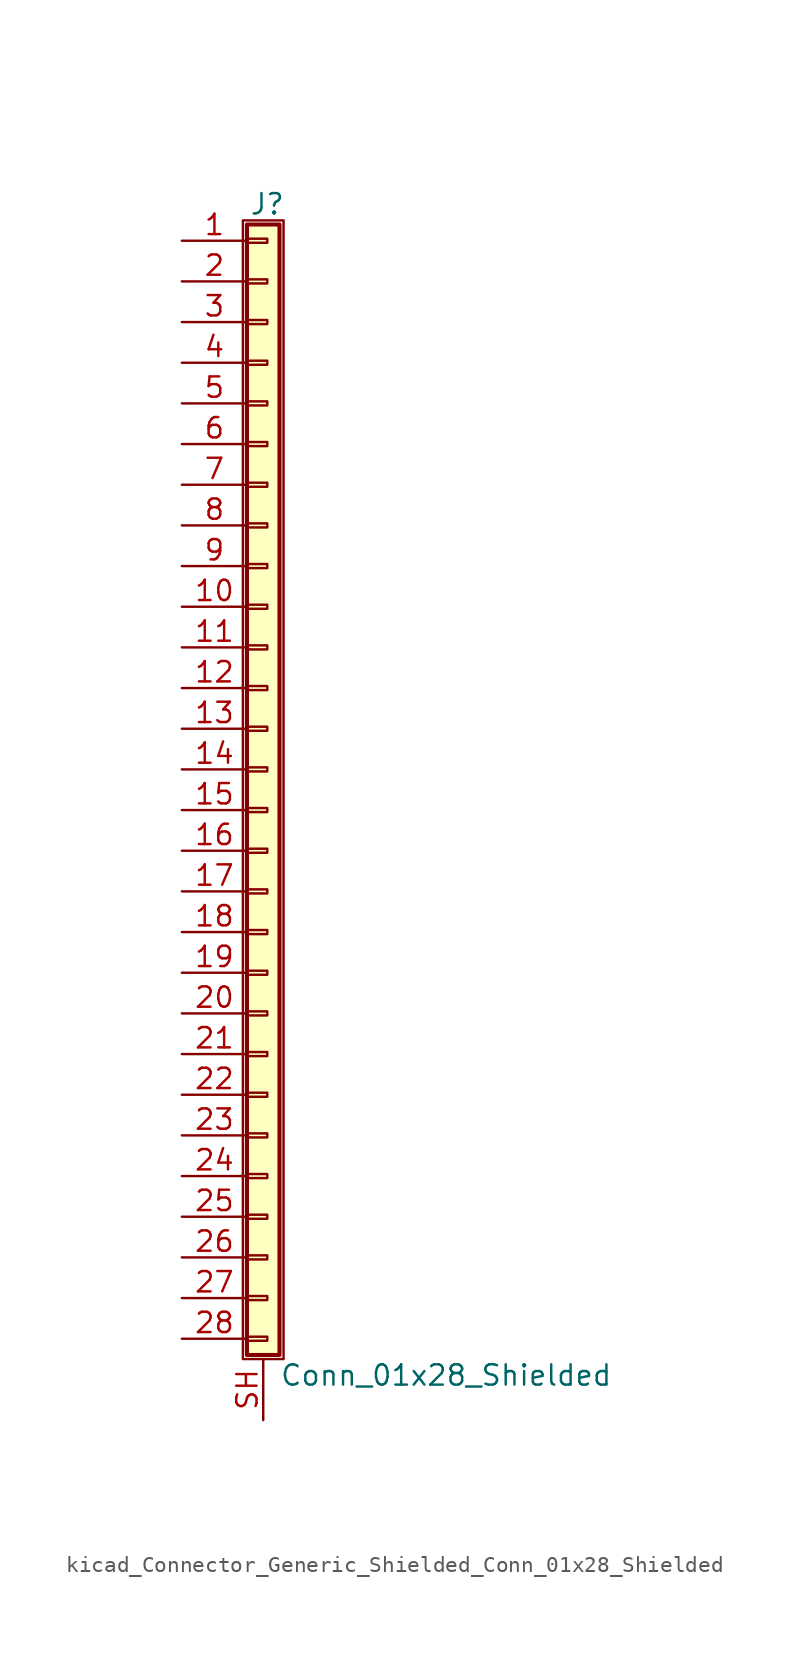
<source format=kicad_sym>
(kicad_symbol_lib
  (version 20220914)
  (generator kicad_symbol_editor)
  (symbol "kicad_Connector_Generic_Shielded_Conn_01x28_Shielded"
    (pin_names
      (offset 1.016) hide)
    (property "Reference" "J"
      (at 0.254 35.306 0)
      (effects (font (size 1.27 1.27))))
    (property "Value" "Conn_01x28_Shielded"
      (at 1.016 -37.846 0)
      (effects (font (size 1.27 1.27)) (justify left)))
    (symbol "kicad_Connector_Generic_Shielded_Conn_01x28_Shielded_1_1"
      (rectangle (start -1.27 34.29) (end 1.27 -36.83) (stroke (width 0.152) (type default)) (fill (type none)))
      (rectangle (start -1.016 -35.433) (end 0.254 -35.687) (stroke (width 0.152) (type default)) (fill (type none)))
      (rectangle (start -1.016 -32.893) (end 0.254 -33.147) (stroke (width 0.152) (type default)) (fill (type none)))
      (rectangle (start -1.016 -30.353) (end 0.254 -30.607) (stroke (width 0.152) (type default)) (fill (type none)))
      (rectangle (start -1.016 -27.813) (end 0.254 -28.067) (stroke (width 0.152) (type default)) (fill (type none)))
      (rectangle (start -1.016 -25.273) (end 0.254 -25.527) (stroke (width 0.152) (type default)) (fill (type none)))
      (rectangle (start -1.016 -22.733) (end 0.254 -22.987) (stroke (width 0.152) (type default)) (fill (type none)))
      (rectangle (start -1.016 -20.193) (end 0.254 -20.447) (stroke (width 0.152) (type default)) (fill (type none)))
      (rectangle (start -1.016 -17.653) (end 0.254 -17.907) (stroke (width 0.152) (type default)) (fill (type none)))
      (rectangle (start -1.016 -15.113) (end 0.254 -15.367) (stroke (width 0.152) (type default)) (fill (type none)))
      (rectangle (start -1.016 -12.573) (end 0.254 -12.827) (stroke (width 0.152) (type default)) (fill (type none)))
      (rectangle (start -1.016 -10.033) (end 0.254 -10.287) (stroke (width 0.152) (type default)) (fill (type none)))
      (rectangle (start -1.016 -7.493) (end 0.254 -7.747) (stroke (width 0.152) (type default)) (fill (type none)))
      (rectangle (start -1.016 -4.953) (end 0.254 -5.207) (stroke (width 0.152) (type default)) (fill (type none)))
      (rectangle (start -1.016 -2.413) (end 0.254 -2.667) (stroke (width 0.152) (type default)) (fill (type none)))
      (rectangle (start -1.016 0.127) (end 0.254 -0.127) (stroke (width 0.152) (type default)) (fill (type none)))
      (rectangle (start -1.016 2.667) (end 0.254 2.413) (stroke (width 0.152) (type default)) (fill (type none)))
      (rectangle (start -1.016 5.207) (end 0.254 4.953) (stroke (width 0.152) (type default)) (fill (type none)))
      (rectangle (start -1.016 7.747) (end 0.254 7.493) (stroke (width 0.152) (type default)) (fill (type none)))
      (rectangle (start -1.016 10.287) (end 0.254 10.033) (stroke (width 0.152) (type default)) (fill (type none)))
      (rectangle (start -1.016 12.827) (end 0.254 12.573) (stroke (width 0.152) (type default)) (fill (type none)))
      (rectangle (start -1.016 15.367) (end 0.254 15.113) (stroke (width 0.152) (type default)) (fill (type none)))
      (rectangle (start -1.016 17.907) (end 0.254 17.653) (stroke (width 0.152) (type default)) (fill (type none)))
      (rectangle (start -1.016 20.447) (end 0.254 20.193) (stroke (width 0.152) (type default)) (fill (type none)))
      (rectangle (start -1.016 22.987) (end 0.254 22.733) (stroke (width 0.152) (type default)) (fill (type none)))
      (rectangle (start -1.016 25.527) (end 0.254 25.273) (stroke (width 0.152) (type default)) (fill (type none)))
      (rectangle (start -1.016 28.067) (end 0.254 27.813) (stroke (width 0.152) (type default)) (fill (type none)))
      (rectangle (start -1.016 30.607) (end 0.254 30.353) (stroke (width 0.152) (type default)) (fill (type none)))
      (rectangle (start -1.016 33.147) (end 0.254 32.893) (stroke (width 0.152) (type default)) (fill (type none)))
      (rectangle (start -1.016 34.036) (end 1.016 -36.576) (stroke (width 0.254) (type default)) (fill (type background)))
      (pin passive line (at -5.08 33.02 0) (length 4.064) (name "Pin_1" (effects (font (size 1.27 1.27)))) (number "1" (effects (font (size 1.27 1.27)))))
      (pin passive line (at -5.08 10.16 0) (length 4.064) (name "Pin_10" (effects (font (size 1.27 1.27)))) (number "10" (effects (font (size 1.27 1.27)))))
      (pin passive line (at -5.08 7.62 0) (length 4.064) (name "Pin_11" (effects (font (size 1.27 1.27)))) (number "11" (effects (font (size 1.27 1.27)))))
      (pin passive line (at -5.08 5.08 0) (length 4.064) (name "Pin_12" (effects (font (size 1.27 1.27)))) (number "12" (effects (font (size 1.27 1.27)))))
      (pin passive line (at -5.08 2.54 0) (length 4.064) (name "Pin_13" (effects (font (size 1.27 1.27)))) (number "13" (effects (font (size 1.27 1.27)))))
      (pin passive line (at -5.08 0 0) (length 4.064) (name "Pin_14" (effects (font (size 1.27 1.27)))) (number "14" (effects (font (size 1.27 1.27)))))
      (pin passive line (at -5.08 -2.54 0) (length 4.064) (name "Pin_15" (effects (font (size 1.27 1.27)))) (number "15" (effects (font (size 1.27 1.27)))))
      (pin passive line (at -5.08 -5.08 0) (length 4.064) (name "Pin_16" (effects (font (size 1.27 1.27)))) (number "16" (effects (font (size 1.27 1.27)))))
      (pin passive line (at -5.08 -7.62 0) (length 4.064) (name "Pin_17" (effects (font (size 1.27 1.27)))) (number "17" (effects (font (size 1.27 1.27)))))
      (pin passive line (at -5.08 -10.16 0) (length 4.064) (name "Pin_18" (effects (font (size 1.27 1.27)))) (number "18" (effects (font (size 1.27 1.27)))))
      (pin passive line (at -5.08 -12.7 0) (length 4.064) (name "Pin_19" (effects (font (size 1.27 1.27)))) (number "19" (effects (font (size 1.27 1.27)))))
      (pin passive line (at -5.08 30.48 0) (length 4.064) (name "Pin_2" (effects (font (size 1.27 1.27)))) (number "2" (effects (font (size 1.27 1.27)))))
      (pin passive line (at -5.08 -15.24 0) (length 4.064) (name "Pin_20" (effects (font (size 1.27 1.27)))) (number "20" (effects (font (size 1.27 1.27)))))
      (pin passive line (at -5.08 -17.78 0) (length 4.064) (name "Pin_21" (effects (font (size 1.27 1.27)))) (number "21" (effects (font (size 1.27 1.27)))))
      (pin passive line (at -5.08 -20.32 0) (length 4.064) (name "Pin_22" (effects (font (size 1.27 1.27)))) (number "22" (effects (font (size 1.27 1.27)))))
      (pin passive line (at -5.08 -22.86 0) (length 4.064) (name "Pin_23" (effects (font (size 1.27 1.27)))) (number "23" (effects (font (size 1.27 1.27)))))
      (pin passive line (at -5.08 -25.4 0) (length 4.064) (name "Pin_24" (effects (font (size 1.27 1.27)))) (number "24" (effects (font (size 1.27 1.27)))))
      (pin passive line (at -5.08 -27.94 0) (length 4.064) (name "Pin_25" (effects (font (size 1.27 1.27)))) (number "25" (effects (font (size 1.27 1.27)))))
      (pin passive line (at -5.08 -30.48 0) (length 4.064) (name "Pin_26" (effects (font (size 1.27 1.27)))) (number "26" (effects (font (size 1.27 1.27)))))
      (pin passive line (at -5.08 -33.02 0) (length 4.064) (name "Pin_27" (effects (font (size 1.27 1.27)))) (number "27" (effects (font (size 1.27 1.27)))))
      (pin passive line (at -5.08 -35.56 0) (length 4.064) (name "Pin_28" (effects (font (size 1.27 1.27)))) (number "28" (effects (font (size 1.27 1.27)))))
      (pin passive line (at -5.08 27.94 0) (length 4.064) (name "Pin_3" (effects (font (size 1.27 1.27)))) (number "3" (effects (font (size 1.27 1.27)))))
      (pin passive line (at -5.08 25.4 0) (length 4.064) (name "Pin_4" (effects (font (size 1.27 1.27)))) (number "4" (effects (font (size 1.27 1.27)))))
      (pin passive line (at -5.08 22.86 0) (length 4.064) (name "Pin_5" (effects (font (size 1.27 1.27)))) (number "5" (effects (font (size 1.27 1.27)))))
      (pin passive line (at -5.08 20.32 0) (length 4.064) (name "Pin_6" (effects (font (size 1.27 1.27)))) (number "6" (effects (font (size 1.27 1.27)))))
      (pin passive line (at -5.08 17.78 0) (length 4.064) (name "Pin_7" (effects (font (size 1.27 1.27)))) (number "7" (effects (font (size 1.27 1.27)))))
      (pin passive line (at -5.08 15.24 0) (length 4.064) (name "Pin_8" (effects (font (size 1.27 1.27)))) (number "8" (effects (font (size 1.27 1.27)))))
      (pin passive line (at -5.08 12.7 0) (length 4.064) (name "Pin_9" (effects (font (size 1.27 1.27)))) (number "9" (effects (font (size 1.27 1.27)))))
      (pin passive line (at 0 -40.64 90) (length 3.81) (name "Shield" (effects (font (size 1.27 1.27)))) (number "SH" (effects (font (size 1.27 1.27))))))))
</source>
